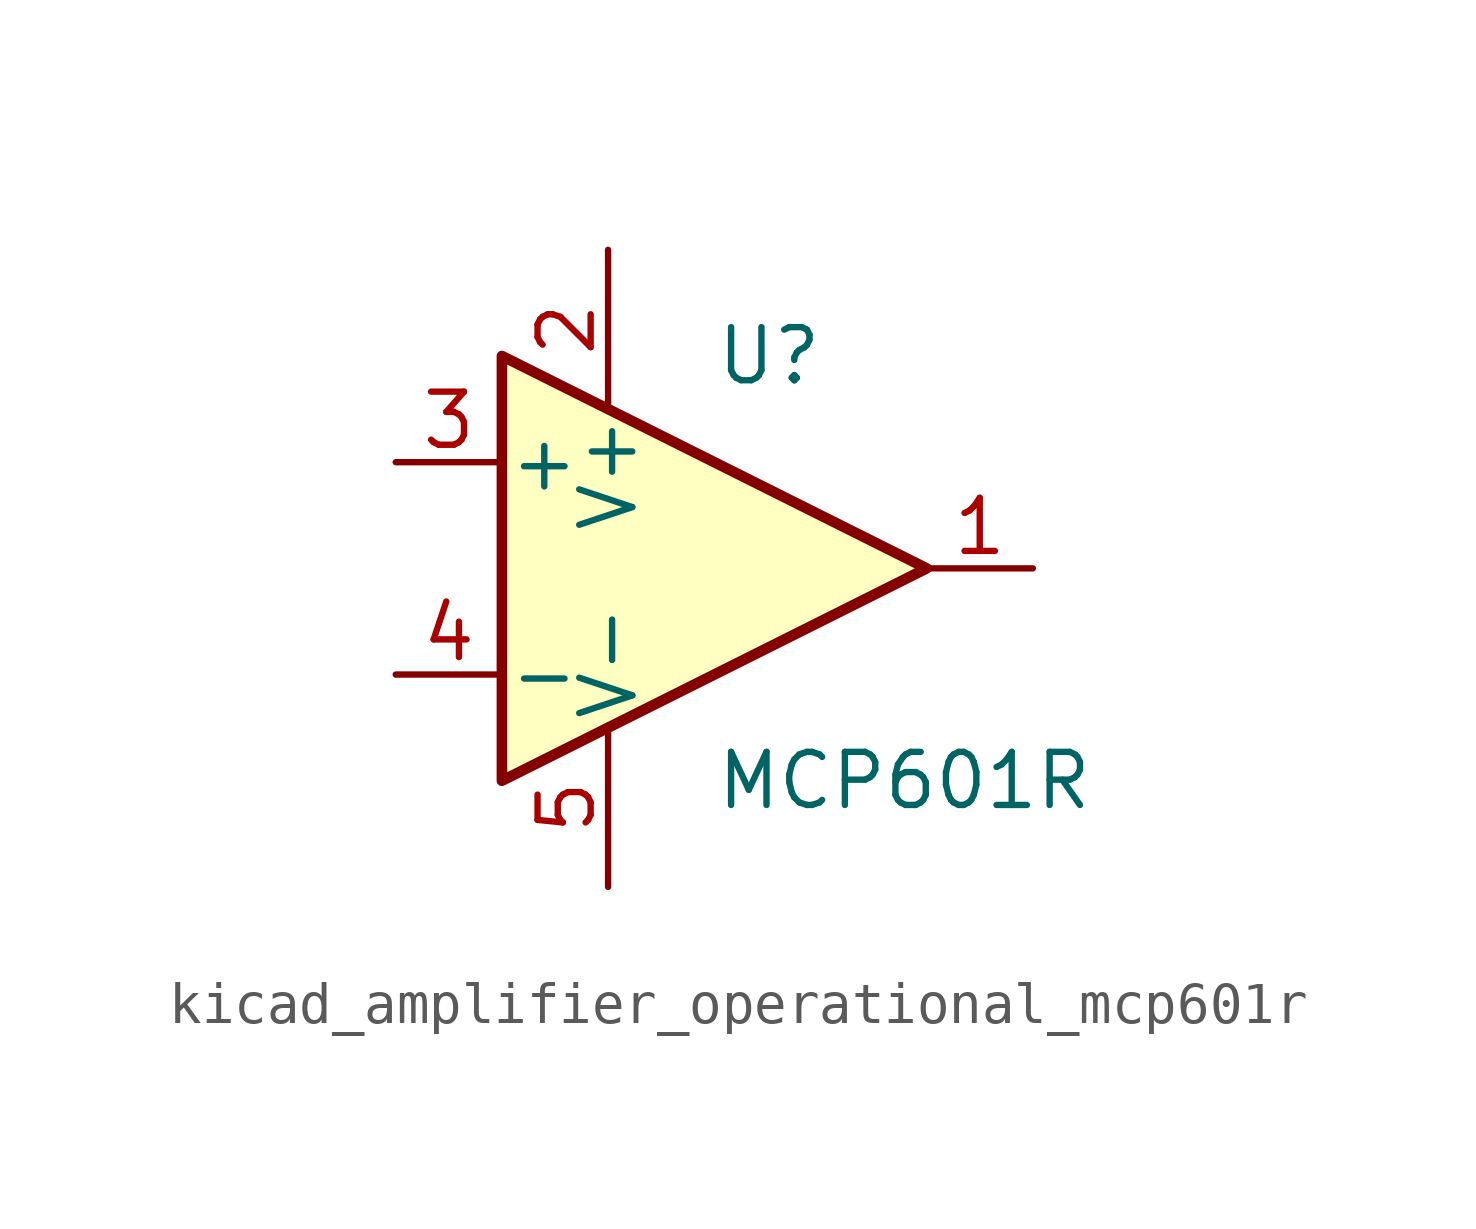
<source format=kicad_sym>
(kicad_symbol_lib
  (version 20220914)
  (generator kicad_symbol_editor)
  (symbol "kicad_amplifier_operational_mcp601r"
    (pin_names
      (offset 0.127))
    (property "Reference" "U"
      (at 0 5.08 0)
      (effects (font (size 1.27 1.27)) (justify left)))
    (property "Value" "MCP601R"
      (at 0 -5.08 0)
      (effects (font (size 1.27 1.27)) (justify left)))
    (symbol "kicad_amplifier_operational_mcp601r_0_1"
      (polyline (pts (xy -5.08 5.08) (xy 5.08 0) (xy -5.08 -5.08) (xy -5.08 5.08)) (stroke (width 0.254) (type default)) (fill (type background)))
      (pin power_in line (at -2.54 7.62 270) (length 3.81) (name "V+" (effects (font (size 1.27 1.27)))) (number "2" (effects (font (size 1.27 1.27)))))
      (pin power_in line (at -2.54 -7.62 90) (length 3.81) (name "V-" (effects (font (size 1.27 1.27)))) (number "5" (effects (font (size 1.27 1.27))))))
    (symbol "kicad_amplifier_operational_mcp601r_1_1"
      (pin output line (at 7.62 0 180) (length 2.54) (name "~" (effects (font (size 1.27 1.27)))) (number "1" (effects (font (size 1.27 1.27)))))
      (pin input line (at -7.62 2.54 0) (length 2.54) (name "+" (effects (font (size 1.27 1.27)))) (number "3" (effects (font (size 1.27 1.27)))))
      (pin input line (at -7.62 -2.54 0) (length 2.54) (name "-" (effects (font (size 1.27 1.27)))) (number "4" (effects (font (size 1.27 1.27))))))))
</source>
